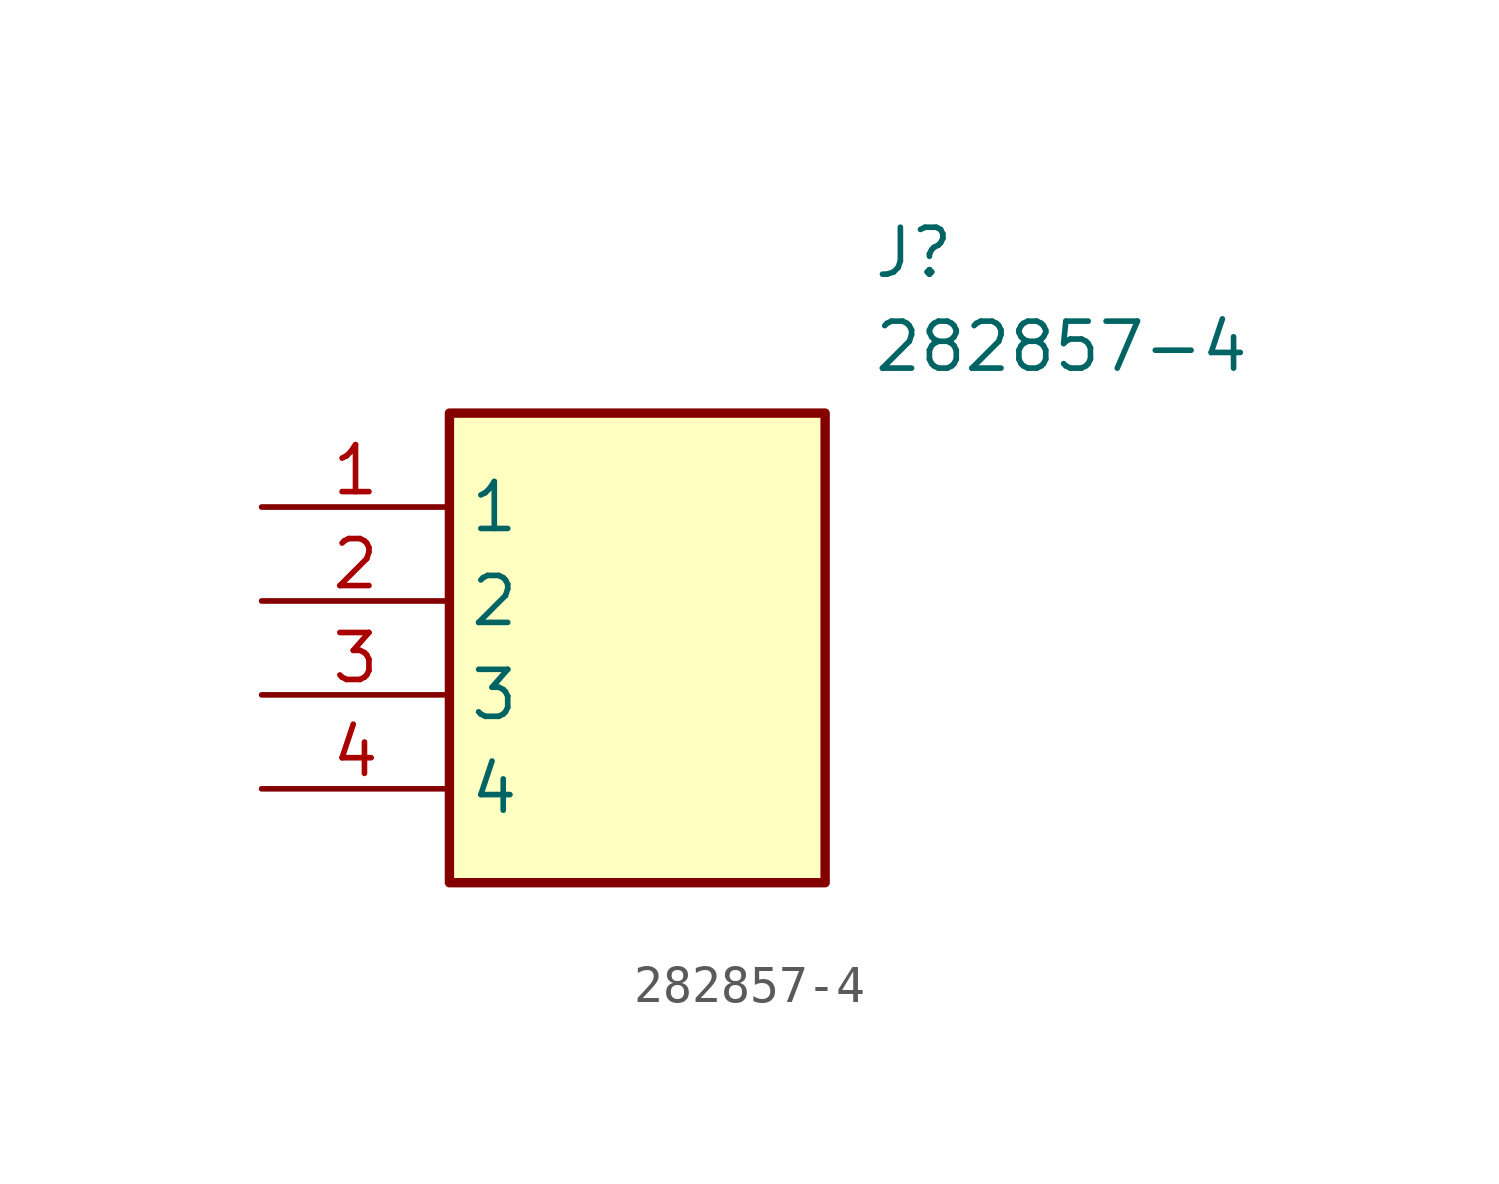
<source format=kicad_sym>
(kicad_symbol_lib
  (version 20211014)
  (generator SamacSys_ECAD_Model)
  (symbol "282857-4"
    (property "Reference" "J"
      (at 16.51 7.62 0)
      (effects (font (size 1.27 1.27)) (justify left top)))
    (property "Value" "282857-4"
      (at 16.51 5.08 0)
      (effects (font (size 1.27 1.27)) (justify left top)))
    (rectangle
      (start 5.08 2.54)
      (end 15.24 -10.16)
      (stroke (width 0.254) (type default))
      (fill (type background)))
    (pin passive line
      (at 0 0 0)
      (length 5.08)
      (name "1" (effects (font (size 1.27 1.27))))
      (number "1" (effects (font (size 1.27 1.27)))))
    (pin passive line
      (at 0 -2.54 0)
      (length 5.08)
      (name "2" (effects (font (size 1.27 1.27))))
      (number "2" (effects (font (size 1.27 1.27)))))
    (pin passive line
      (at 0 -5.08 0)
      (length 5.08)
      (name "3" (effects (font (size 1.27 1.27))))
      (number "3" (effects (font (size 1.27 1.27)))))
    (pin passive line
      (at 0 -7.62 0)
      (length 5.08)
      (name "4" (effects (font (size 1.27 1.27))))
      (number "4" (effects (font (size 1.27 1.27)))))))
</source>
